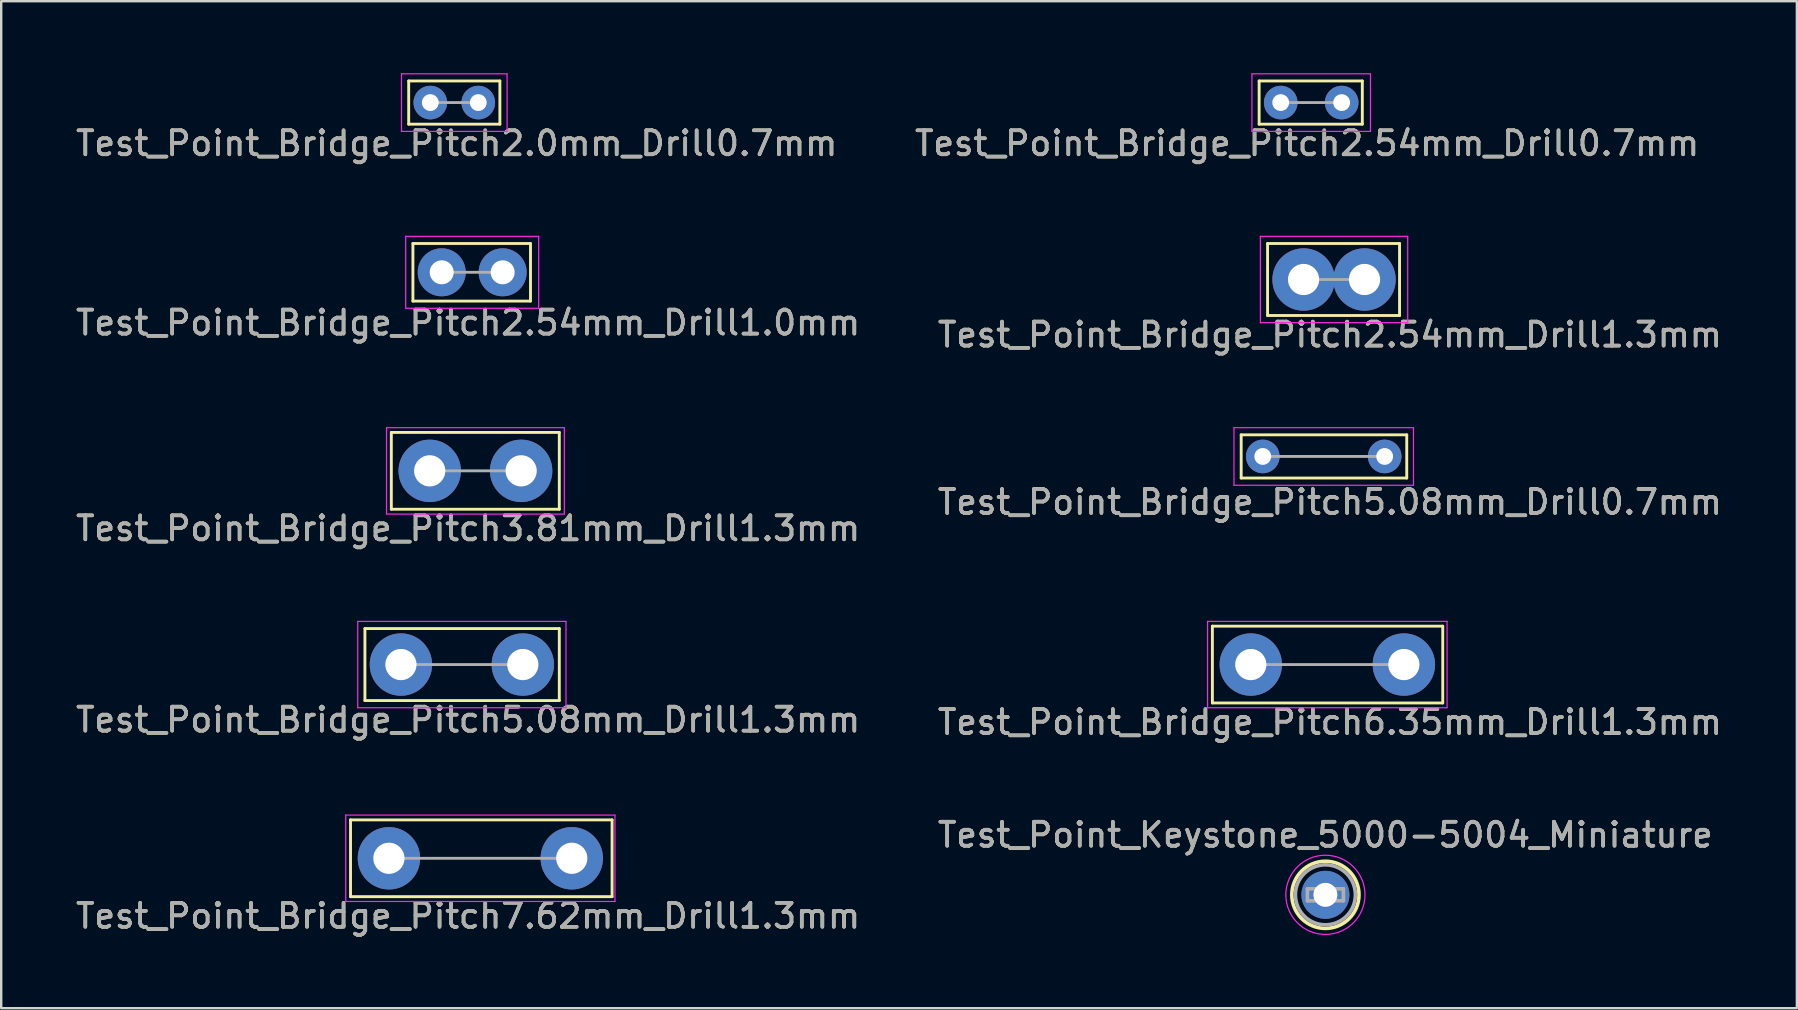
<source format=kicad_pcb>
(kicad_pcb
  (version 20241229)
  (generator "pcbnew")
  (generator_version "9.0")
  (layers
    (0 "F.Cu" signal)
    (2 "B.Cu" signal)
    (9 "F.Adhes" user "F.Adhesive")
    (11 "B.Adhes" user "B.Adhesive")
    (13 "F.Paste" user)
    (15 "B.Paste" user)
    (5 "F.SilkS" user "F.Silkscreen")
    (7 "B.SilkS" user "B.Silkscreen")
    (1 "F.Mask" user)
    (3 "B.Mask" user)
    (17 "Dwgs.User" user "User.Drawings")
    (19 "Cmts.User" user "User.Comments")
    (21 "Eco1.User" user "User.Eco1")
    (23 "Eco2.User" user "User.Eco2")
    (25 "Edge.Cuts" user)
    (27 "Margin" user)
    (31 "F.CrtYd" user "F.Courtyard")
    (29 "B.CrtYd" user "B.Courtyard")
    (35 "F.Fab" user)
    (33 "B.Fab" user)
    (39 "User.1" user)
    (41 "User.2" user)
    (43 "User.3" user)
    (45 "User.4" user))
  (footprint "Test_Point_Bridge_Pitch2.0mm_Drill0.7mm"
    (layer "F.Cu")
    (at 14.882 1.225)
    (property "Reference" "Test_Point_Bridge_Pitch2.0mm_Drill0.7mm" (at 1.1 1.7 0) (layer "F.SilkS") (effects (font (size 1 1) (thickness 0.15))))
    (attr through_hole)
    (fp_line (start -0.9 -0.9) (end -0.9 0.9) (stroke (width 0.12) (type solid)) (layer "F.SilkS"))
    (fp_line (start -0.9 0.9) (end 2.9 0.9) (stroke (width 0.12) (type solid)) (layer "F.SilkS"))
    (fp_line (start 2.9 -0.9) (end -0.9 -0.9) (stroke (width 0.12) (type solid)) (layer "F.SilkS"))
    (fp_line (start 2.9 0.9) (end 2.9 -0.9) (stroke (width 0.12) (type solid)) (layer "F.SilkS"))
    (fp_line (start -1.2 1.2) (end -1.2 -1.2) (stroke (width 0.05) (type solid)) (layer "F.CrtYd"))
    (fp_line (start -1.2 1.2) (end 3.2 1.2) (stroke (width 0.05) (type solid)) (layer "F.CrtYd"))
    (fp_line (start 3.2 -1.2) (end -1.2 -1.2) (stroke (width 0.05) (type solid)) (layer "F.CrtYd"))
    (fp_line (start 3.2 -1.2) (end 3.2 1.2) (stroke (width 0.05) (type solid)) (layer "F.CrtYd"))
    (fp_line (start 2 0) (end 0 0) (stroke (width 0.12) (type solid)) (layer "F.Fab"))
    (fp_text user "${REFERENCE}" (at 1.1 1.7 0) (layer "F.Fab") (effects (font (size 1 1) (thickness 0.15))))
    (pad "1" thru_hole circle (at 0 0) (size 1.4 1.4) (drill 0.7) (layers "*.Cu" "*.Mask"))
    (pad "1" thru_hole circle (at 2 0) (size 1.4 1.4) (drill 0.7) (layers "*.Cu" "*.Mask")))
  (footprint "Test_Point_Bridge_Pitch3.81mm_Drill1.3mm"
    (layer "F.Cu")
    (at 14.858 16.572)
    (property "Reference" "Test_Point_Bridge_Pitch3.81mm_Drill1.3mm" (at 1.6 2.4 0) (layer "F.SilkS") (effects (font (size 1 1) (thickness 0.15))))
    (attr through_hole)
    (fp_line (start -1.6 -1.6) (end 5.4 -1.6) (stroke (width 0.12) (type solid)) (layer "F.SilkS"))
    (fp_line (start -1.6 1.6) (end -1.6 -1.6) (stroke (width 0.12) (type solid)) (layer "F.SilkS"))
    (fp_line (start 5.4 -1.6) (end 5.4 1.6) (stroke (width 0.12) (type solid)) (layer "F.SilkS"))
    (fp_line (start 5.4 1.6) (end -1.6 1.6) (stroke (width 0.12) (type solid)) (layer "F.SilkS"))
    (fp_line (start -1.8 -1.8) (end -1.8 1.8) (stroke (width 0.05) (type solid)) (layer "F.CrtYd"))
    (fp_line (start -1.8 -1.8) (end 5.61 -1.8) (stroke (width 0.05) (type solid)) (layer "F.CrtYd"))
    (fp_line (start 5.61 1.8) (end -1.8 1.8) (stroke (width 0.05) (type solid)) (layer "F.CrtYd"))
    (fp_line (start 5.61 1.8) (end 5.61 -1.8) (stroke (width 0.05) (type solid)) (layer "F.CrtYd"))
    (fp_line (start 3.81 0) (end 0 0) (stroke (width 0.12) (type solid)) (layer "F.Fab"))
    (fp_text user "${REFERENCE}" (at 1.6 2.4 0) (layer "F.Fab") (effects (font (size 1 1) (thickness 0.15))))
    (pad "1" thru_hole circle (at 0 0) (size 2.6 2.6) (drill 1.3) (layers "*.Cu" "*.Mask"))
    (pad "1" thru_hole circle (at 3.81 0) (size 2.6 2.6) (drill 1.3) (layers "*.Cu" "*.Mask")))
  (footprint "Test_Point_Keystone_5000-5004_Miniature"
    (layer "F.Cu")
    (at 52.185 34.241)
    (property "Reference" "Test_Point_Keystone_5000-5004_Miniature" (at 0 -2.5 0) (layer "F.SilkS") (effects (font (size 1 1) (thickness 0.15))))
    (attr through_hole)
    (fp_circle (center 0 0) (end 1.4 0) (stroke (width 0.15) (type solid)) (fill no) (layer "F.SilkS"))
    (fp_circle (center 0 0) (end 1.65 0) (stroke (width 0.05) (type solid)) (fill no) (layer "F.CrtYd"))
    (fp_line (start -0.75 -0.25) (end 0.75 -0.25) (stroke (width 0.15) (type solid)) (layer "F.Fab"))
    (fp_line (start -0.75 0.25) (end -0.75 -0.25) (stroke (width 0.15) (type solid)) (layer "F.Fab"))
    (fp_line (start 0.75 -0.25) (end 0.75 0.25) (stroke (width 0.15) (type solid)) (layer "F.Fab"))
    (fp_line (start 0.75 0.25) (end -0.75 0.25) (stroke (width 0.15) (type solid)) (layer "F.Fab"))
    (fp_circle (center 0 0) (end 1.25 0) (stroke (width 0.15) (type solid)) (fill no) (layer "F.Fab"))
    (fp_text user "${REFERENCE}" (at 0 -2.5 0) (layer "F.Fab") (effects (font (size 1 1) (thickness 0.15))))
    (pad "1" thru_hole circle (at 0 0) (size 2 2) (drill 1) (layers "*.Cu" "*.Mask")))
  (footprint "Test_Point_Bridge_Pitch2.54mm_Drill1.0mm"
    (layer "F.Cu")
    (at 15.358 8.298)
    (property "Reference" "Test_Point_Bridge_Pitch2.54mm_Drill1.0mm" (at 1.1 2.1 0) (layer "F.SilkS") (effects (font (size 1 1) (thickness 0.15))))
    (attr through_hole)
    (fp_line (start -1.2 -1.2) (end -1.2 1.2) (stroke (width 0.12) (type solid)) (layer "F.SilkS"))
    (fp_line (start -1.2 1.2) (end 3.7 1.2) (stroke (width 0.12) (type solid)) (layer "F.SilkS"))
    (fp_line (start 3.7 -1.2) (end -1.2 -1.2) (stroke (width 0.12) (type solid)) (layer "F.SilkS"))
    (fp_line (start 3.7 1.2) (end 3.7 -1.2) (stroke (width 0.12) (type solid)) (layer "F.SilkS"))
    (fp_line (start -1.5 -1.5) (end -1.5 1.5) (stroke (width 0.05) (type solid)) (layer "F.CrtYd"))
    (fp_line (start -1.5 -1.5) (end 4.04 -1.5) (stroke (width 0.05) (type solid)) (layer "F.CrtYd"))
    (fp_line (start 4.04 1.5) (end -1.5 1.5) (stroke (width 0.05) (type solid)) (layer "F.CrtYd"))
    (fp_line (start 4.04 1.5) (end 4.04 -1.5) (stroke (width 0.05) (type solid)) (layer "F.CrtYd"))
    (fp_line (start 2.54 0) (end 0 0) (stroke (width 0.12) (type solid)) (layer "F.Fab"))
    (fp_text user "${REFERENCE}" (at 1.1 2.1 0) (layer "F.Fab") (effects (font (size 1 1) (thickness 0.15))))
    (pad "1" thru_hole circle (at 0 0) (size 2 2) (drill 1) (layers "*.Cu" "*.Mask"))
    (pad "1" thru_hole circle (at 2.54 0) (size 2 2) (drill 1) (layers "*.Cu" "*.Mask")))
  (footprint "Test_Point_Bridge_Pitch2.54mm_Drill0.7mm"
    (layer "F.Cu")
    (at 50.323 1.225)
    (property "Reference" "Test_Point_Bridge_Pitch2.54mm_Drill0.7mm" (at 1.1 1.7 0) (layer "F.SilkS") (effects (font (size 1 1) (thickness 0.15))))
    (attr through_hole)
    (fp_line (start -0.9 -0.9) (end -0.9 0.9) (stroke (width 0.12) (type solid)) (layer "F.SilkS"))
    (fp_line (start -0.9 -0.9) (end 3.4 -0.9) (stroke (width 0.12) (type solid)) (layer "F.SilkS"))
    (fp_line (start 3.4 0.9) (end -0.9 0.9) (stroke (width 0.12) (type solid)) (layer "F.SilkS"))
    (fp_line (start 3.4 0.9) (end 3.4 -0.9) (stroke (width 0.12) (type solid)) (layer "F.SilkS"))
    (fp_line (start -1.2 -1.2) (end -1.2 1.2) (stroke (width 0.05) (type solid)) (layer "F.CrtYd"))
    (fp_line (start -1.2 -1.2) (end 3.74 -1.2) (stroke (width 0.05) (type solid)) (layer "F.CrtYd"))
    (fp_line (start 3.74 1.2) (end -1.2 1.2) (stroke (width 0.05) (type solid)) (layer "F.CrtYd"))
    (fp_line (start 3.74 1.2) (end 3.74 -1.2) (stroke (width 0.05) (type solid)) (layer "F.CrtYd"))
    (fp_line (start 2.54 0) (end 0 0) (stroke (width 0.12) (type solid)) (layer "F.Fab"))
    (fp_text user "${REFERENCE}" (at 1.1 1.7 0) (layer "F.Fab") (effects (font (size 1 1) (thickness 0.15))))
    (pad "1" thru_hole circle (at 0 0) (size 1.4 1.4) (drill 0.7) (layers "*.Cu" "*.Mask"))
    (pad "1" thru_hole circle (at 2.54 0) (size 1.4 1.4) (drill 0.7) (layers "*.Cu" "*.Mask")))
  (footprint "Test_Point_Bridge_Pitch5.08mm_Drill0.7mm"
    (layer "F.Cu")
    (at 49.575 15.972)
    (property "Reference" "Test_Point_Bridge_Pitch5.08mm_Drill0.7mm" (at 2.8 1.9 0) (layer "F.SilkS") (effects (font (size 1 1) (thickness 0.15))))
    (attr through_hole)
    (fp_line (start -0.9 -0.9) (end 6 -0.9) (stroke (width 0.12) (type solid)) (layer "F.SilkS"))
    (fp_line (start -0.9 0.9) (end -0.9 -0.9) (stroke (width 0.12) (type solid)) (layer "F.SilkS"))
    (fp_line (start 6 -0.9) (end 6 0.9) (stroke (width 0.12) (type solid)) (layer "F.SilkS"))
    (fp_line (start 6 0.9) (end -0.9 0.9) (stroke (width 0.12) (type solid)) (layer "F.SilkS"))
    (fp_line (start -1.2 -1.2) (end -1.2 1.2) (stroke (width 0.05) (type solid)) (layer "F.CrtYd"))
    (fp_line (start -1.2 -1.2) (end 6.28 -1.2) (stroke (width 0.05) (type solid)) (layer "F.CrtYd"))
    (fp_line (start 6.28 1.2) (end -1.2 1.2) (stroke (width 0.05) (type solid)) (layer "F.CrtYd"))
    (fp_line (start 6.28 1.2) (end 6.28 -1.2) (stroke (width 0.05) (type solid)) (layer "F.CrtYd"))
    (fp_line (start 5.08 0) (end 0 0) (stroke (width 0.12) (type solid)) (layer "F.Fab"))
    (fp_text user "${REFERENCE}" (at 2.8 1.9 0) (layer "F.Fab") (effects (font (size 1 1) (thickness 0.15))))
    (pad "1" thru_hole circle (at 0 0) (size 1.4 1.4) (drill 0.7) (layers "*.Cu" "*.Mask"))
    (pad "1" thru_hole circle (at 5.08 0) (size 1.4 1.4) (drill 0.7) (layers "*.Cu" "*.Mask")))
  (footprint "Test_Point_Bridge_Pitch7.62mm_Drill1.3mm"
    (layer "F.Cu")
    (at 13.158 32.718)
    (property "Reference" "Test_Point_Bridge_Pitch7.62mm_Drill1.3mm" (at 3.3 2.4 0) (layer "F.SilkS") (effects (font (size 1 1) (thickness 0.15))))
    (attr through_hole)
    (fp_line (start -1.6 -1.6) (end 9.3 -1.6) (stroke (width 0.12) (type solid)) (layer "F.SilkS"))
    (fp_line (start -1.6 1.6) (end -1.6 -1.6) (stroke (width 0.12) (type solid)) (layer "F.SilkS"))
    (fp_line (start 9.3 -1.6) (end 9.3 1.6) (stroke (width 0.12) (type solid)) (layer "F.SilkS"))
    (fp_line (start 9.3 1.6) (end -1.6 1.6) (stroke (width 0.12) (type solid)) (layer "F.SilkS"))
    (fp_line (start -1.8 -1.8) (end -1.8 1.8) (stroke (width 0.05) (type solid)) (layer "F.CrtYd"))
    (fp_line (start -1.8 -1.8) (end 9.42 -1.8) (stroke (width 0.05) (type solid)) (layer "F.CrtYd"))
    (fp_line (start 9.42 1.8) (end -1.8 1.8) (stroke (width 0.05) (type solid)) (layer "F.CrtYd"))
    (fp_line (start 9.42 1.8) (end 9.42 -1.8) (stroke (width 0.05) (type solid)) (layer "F.CrtYd"))
    (fp_line (start 7.62 0) (end 0 0) (stroke (width 0.12) (type solid)) (layer "F.Fab"))
    (fp_text user "${REFERENCE}" (at 3.3 2.4 0) (layer "F.Fab") (effects (font (size 1 1) (thickness 0.15))))
    (pad "1" thru_hole circle (at 0 0) (size 2.6 2.6) (drill 1.3) (layers "*.Cu" "*.Mask"))
    (pad "1" thru_hole circle (at 7.62 0) (size 2.6 2.6) (drill 1.3) (layers "*.Cu" "*.Mask")))
  (footprint "Test_Point_Bridge_Pitch2.54mm_Drill1.3mm"
    (layer "F.Cu")
    (at 51.275 8.598)
    (property "Reference" "Test_Point_Bridge_Pitch2.54mm_Drill1.3mm" (at 1.1 2.3 0) (layer "F.SilkS") (effects (font (size 1 1) (thickness 0.15))))
    (attr through_hole)
    (fp_line (start -1.5 -1.5) (end -1.5 1.5) (stroke (width 0.12) (type solid)) (layer "F.SilkS"))
    (fp_line (start -1.5 1.5) (end 4 1.5) (stroke (width 0.12) (type solid)) (layer "F.SilkS"))
    (fp_line (start 4 -1.5) (end -1.5 -1.5) (stroke (width 0.12) (type solid)) (layer "F.SilkS"))
    (fp_line (start 4 1.5) (end 4 -1.5) (stroke (width 0.12) (type solid)) (layer "F.SilkS"))
    (fp_line (start -1.8 -1.8) (end -1.8 1.8) (stroke (width 0.05) (type solid)) (layer "F.CrtYd"))
    (fp_line (start -1.8 -1.8) (end 4.34 -1.8) (stroke (width 0.05) (type solid)) (layer "F.CrtYd"))
    (fp_line (start 4.34 1.8) (end -1.8 1.8) (stroke (width 0.05) (type solid)) (layer "F.CrtYd"))
    (fp_line (start 4.34 1.8) (end 4.34 -1.8) (stroke (width 0.05) (type solid)) (layer "F.CrtYd"))
    (fp_line (start 2.54 0) (end 0 0) (stroke (width 0.12) (type solid)) (layer "F.Fab"))
    (fp_text user "${REFERENCE}" (at 1.1 2.3 0) (layer "F.Fab") (effects (font (size 1 1) (thickness 0.15))))
    (pad "1" thru_hole circle (at 0 0) (size 2.6 2.6) (drill 1.3) (layers "*.Cu" "*.Mask"))
    (pad "1" thru_hole circle (at 2.54 0) (size 2.6 2.6) (drill 1.3) (layers "*.Cu" "*.Mask")))
  (footprint "Test_Point_Bridge_Pitch5.08mm_Drill1.3mm"
    (layer "F.Cu")
    (at 13.658 24.645)
    (property "Reference" "Test_Point_Bridge_Pitch5.08mm_Drill1.3mm" (at 2.8 2.3 0) (layer "F.SilkS") (effects (font (size 1 1) (thickness 0.15))))
    (attr through_hole)
    (fp_line (start -1.5 -1.5) (end -1.5 1.5) (stroke (width 0.12) (type solid)) (layer "F.SilkS"))
    (fp_line (start -1.5 -1.5) (end 6.6 -1.5) (stroke (width 0.12) (type solid)) (layer "F.SilkS"))
    (fp_line (start 6.6 1.5) (end -1.5 1.5) (stroke (width 0.12) (type solid)) (layer "F.SilkS"))
    (fp_line (start 6.6 1.5) (end 6.6 -1.5) (stroke (width 0.12) (type solid)) (layer "F.SilkS"))
    (fp_line (start -1.8 -1.8) (end -1.8 1.8) (stroke (width 0.05) (type solid)) (layer "F.CrtYd"))
    (fp_line (start -1.8 -1.8) (end 6.88 -1.8) (stroke (width 0.05) (type solid)) (layer "F.CrtYd"))
    (fp_line (start 6.88 1.8) (end -1.8 1.8) (stroke (width 0.05) (type solid)) (layer "F.CrtYd"))
    (fp_line (start 6.88 1.8) (end 6.88 -1.8) (stroke (width 0.05) (type solid)) (layer "F.CrtYd"))
    (fp_line (start 5.08 0) (end 0 0) (stroke (width 0.12) (type solid)) (layer "F.Fab"))
    (fp_text user "${REFERENCE}" (at 2.8 2.3 0) (layer "F.Fab") (effects (font (size 1 1) (thickness 0.15))))
    (pad "1" thru_hole circle (at 0 0) (size 2.6 2.6) (drill 1.3) (layers "*.Cu" "*.Mask"))
    (pad "1" thru_hole circle (at 5.08 0) (size 2.6 2.6) (drill 1.3) (layers "*.Cu" "*.Mask")))
  (footprint "Test_Point_Bridge_Pitch6.35mm_Drill1.3mm"
    (layer "F.Cu")
    (at 49.075 24.645)
    (property "Reference" "Test_Point_Bridge_Pitch6.35mm_Drill1.3mm" (at 3.3 2.4 0) (layer "F.SilkS") (effects (font (size 1 1) (thickness 0.15))))
    (attr through_hole)
    (fp_line (start -1.6 -1.6) (end 8 -1.6) (stroke (width 0.12) (type solid)) (layer "F.SilkS"))
    (fp_line (start -1.6 1.6) (end -1.6 -1.6) (stroke (width 0.12) (type solid)) (layer "F.SilkS"))
    (fp_line (start 8 -1.6) (end 8 1.6) (stroke (width 0.12) (type solid)) (layer "F.SilkS"))
    (fp_line (start 8 1.6) (end -1.6 1.6) (stroke (width 0.12) (type solid)) (layer "F.SilkS"))
    (fp_line (start -1.8 -1.8) (end -1.8 1.8) (stroke (width 0.05) (type solid)) (layer "F.CrtYd"))
    (fp_line (start -1.8 -1.8) (end 8.18 -1.8) (stroke (width 0.05) (type solid)) (layer "F.CrtYd"))
    (fp_line (start 8.18 1.8) (end -1.8 1.8) (stroke (width 0.05) (type solid)) (layer "F.CrtYd"))
    (fp_line (start 8.18 1.8) (end 8.18 -1.8) (stroke (width 0.05) (type solid)) (layer "F.CrtYd"))
    (fp_line (start 6.35 0) (end 0 0) (stroke (width 0.12) (type solid)) (layer "F.Fab"))
    (fp_text user "${REFERENCE}" (at 3.3 2.4 0) (layer "F.Fab") (effects (font (size 1 1) (thickness 0.15))))
    (pad "1" thru_hole circle (at 0 0) (size 2.6 2.6) (drill 1.3) (layers "*.Cu" "*.Mask"))
    (pad "1" thru_hole circle (at 6.38 0) (size 2.6 2.6) (drill 1.3) (layers "*.Cu" "*.Mask")))
  (gr_rect
    (start -3 -3)
    (end 71.833 38.966)
    (stroke (width 0.1) (type default))
    (fill no)
    (layer "Edge.Cuts")))
</source>
